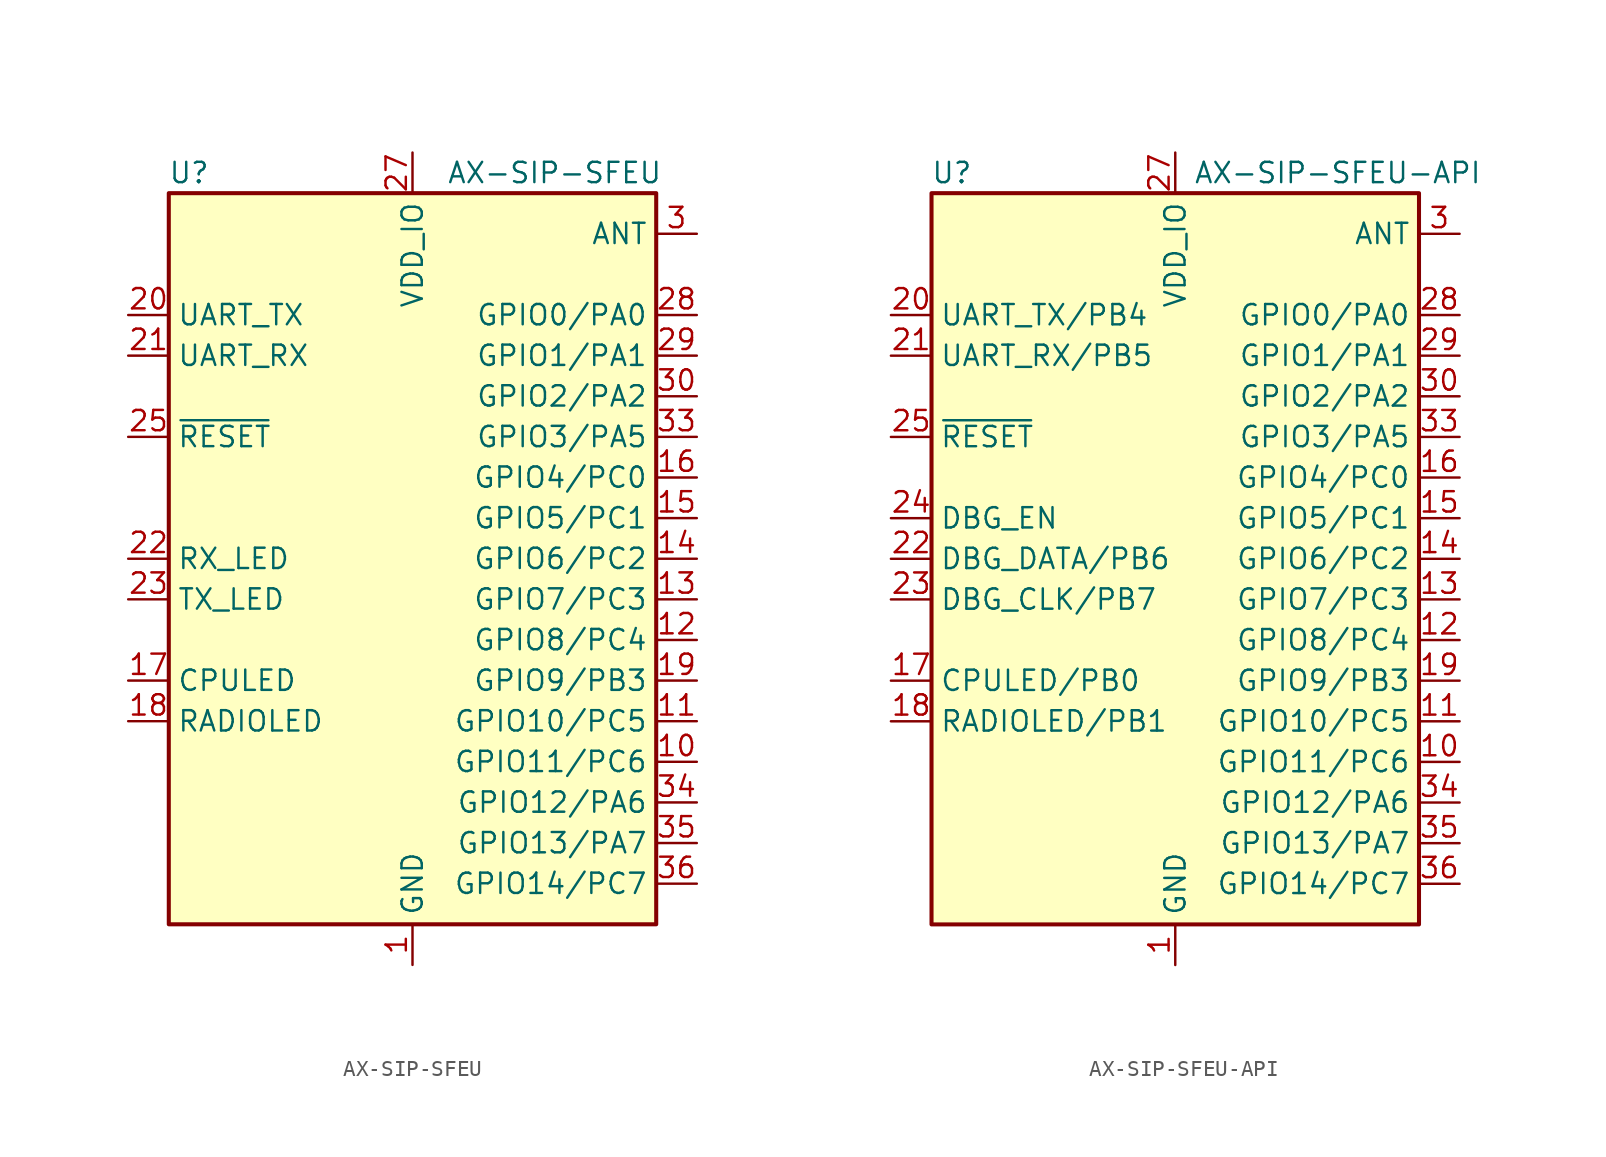
<source format=kicad_sym>
(kicad_symbol_lib
  (version 20201005)
  (generator kicad_symbol_editor)
  (symbol "RF_Module:AX-SIP-SFEU"
    (property "Reference" "U"
      (at -13.97 24.13 0)
      (effects (font (size 1.27 1.27))))
    (property "Value" "AX-SIP-SFEU"
      (at 8.89 24.13 0)
      (effects (font (size 1.27 1.27))))
    (symbol "AX-SIP-SFEU_0_1"
      (rectangle (start -15.24 22.86) (end 15.24 -22.86) (stroke (width 0.254)) (fill (type background))))
    (symbol "AX-SIP-SFEU_1_1"
      (pin power_in line (at 0 -25.4 90) (length 2.54) (name "GND" (effects (font (size 1.27 1.27)))) (number "1" (effects (font (size 1.27 1.27)))))
      (pin bidirectional line (at 17.78 -12.7 180) (length 2.54) (name "GPIO11/PC6" (effects (font (size 1.27 1.27)))) (number "10" (effects (font (size 1.27 1.27)))))
      (pin bidirectional line (at 17.78 -10.16 180) (length 2.54) (name "GPIO10/PC5" (effects (font (size 1.27 1.27)))) (number "11" (effects (font (size 1.27 1.27)))))
      (pin bidirectional line (at 17.78 -5.08 180) (length 2.54) (name "GPIO8/PC4" (effects (font (size 1.27 1.27)))) (number "12" (effects (font (size 1.27 1.27)))))
      (pin bidirectional line (at 17.78 -2.54 180) (length 2.54) (name "GPIO7/PC3" (effects (font (size 1.27 1.27)))) (number "13" (effects (font (size 1.27 1.27)))))
      (pin bidirectional line (at 17.78 0 180) (length 2.54) (name "GPIO6/PC2" (effects (font (size 1.27 1.27)))) (number "14" (effects (font (size 1.27 1.27)))))
      (pin bidirectional line (at 17.78 2.54 180) (length 2.54) (name "GPIO5/PC1" (effects (font (size 1.27 1.27)))) (number "15" (effects (font (size 1.27 1.27)))))
      (pin bidirectional line (at 17.78 5.08 180) (length 2.54) (name "GPIO4/PC0" (effects (font (size 1.27 1.27)))) (number "16" (effects (font (size 1.27 1.27)))))
      (pin output line (at -17.78 -7.62 0) (length 2.54) (name "CPULED" (effects (font (size 1.27 1.27)))) (number "17" (effects (font (size 1.27 1.27)))))
      (pin output line (at -17.78 -10.16 0) (length 2.54) (name "RADIOLED" (effects (font (size 1.27 1.27)))) (number "18" (effects (font (size 1.27 1.27)))))
      (pin bidirectional line (at 17.78 -7.62 180) (length 2.54) (name "GPIO9/PB3" (effects (font (size 1.27 1.27)))) (number "19" (effects (font (size 1.27 1.27)))))
      (pin passive line (at 0 -25.4 90) (length 2.54) hide (name "GND" (effects (font (size 1.27 1.27)))) (number "2" (effects (font (size 1.27 1.27)))))
      (pin output line (at -17.78 15.24 0) (length 2.54) (name "UART_TX" (effects (font (size 1.27 1.27)))) (number "20" (effects (font (size 1.27 1.27)))))
      (pin input line (at -17.78 12.7 0) (length 2.54) (name "UART_RX" (effects (font (size 1.27 1.27)))) (number "21" (effects (font (size 1.27 1.27)))))
      (pin output line (at -17.78 0 0) (length 2.54) (name "RX_LED" (effects (font (size 1.27 1.27)))) (number "22" (effects (font (size 1.27 1.27)))))
      (pin output line (at -17.78 -2.54 0) (length 2.54) (name "TX_LED" (effects (font (size 1.27 1.27)))) (number "23" (effects (font (size 1.27 1.27)))))
      (pin no_connect line (at -15.24 2.54 0) (length 2.54) hide (name "NC24" (effects (font (size 1.27 1.27)))) (number "24" (effects (font (size 1.27 1.27)))))
      (pin input line (at -17.78 7.62 0) (length 2.54) (name "~RESET" (effects (font (size 1.27 1.27)))) (number "25" (effects (font (size 1.27 1.27)))))
      (pin passive line (at 0 -25.4 90) (length 2.54) hide (name "GND" (effects (font (size 1.27 1.27)))) (number "26" (effects (font (size 1.27 1.27)))))
      (pin power_in line (at 0 25.4 270) (length 2.54) (name "VDD_IO" (effects (font (size 1.27 1.27)))) (number "27" (effects (font (size 1.27 1.27)))))
      (pin bidirectional line (at 17.78 15.24 180) (length 2.54) (name "GPIO0/PA0" (effects (font (size 1.27 1.27)))) (number "28" (effects (font (size 1.27 1.27)))))
      (pin bidirectional line (at 17.78 12.7 180) (length 2.54) (name "GPIO1/PA1" (effects (font (size 1.27 1.27)))) (number "29" (effects (font (size 1.27 1.27)))))
      (pin passive line (at 17.78 20.32 180) (length 2.54) (name "ANT" (effects (font (size 1.27 1.27)))) (number "3" (effects (font (size 1.27 1.27)))))
      (pin bidirectional line (at 17.78 10.16 180) (length 2.54) (name "GPIO2/PA2" (effects (font (size 1.27 1.27)))) (number "30" (effects (font (size 1.27 1.27)))))
      (pin no_connect line (at 2.54 22.86 270) (length 2.54) hide (name "NC" (effects (font (size 1.27 1.27)))) (number "31" (effects (font (size 1.27 1.27)))))
      (pin no_connect line (at 5.08 22.86 270) (length 2.54) hide (name "NC" (effects (font (size 1.27 1.27)))) (number "32" (effects (font (size 1.27 1.27)))))
      (pin bidirectional line (at 17.78 7.62 180) (length 2.54) (name "GPIO3/PA5" (effects (font (size 1.27 1.27)))) (number "33" (effects (font (size 1.27 1.27)))))
      (pin bidirectional line (at 17.78 -15.24 180) (length 2.54) (name "GPIO12/PA6" (effects (font (size 1.27 1.27)))) (number "34" (effects (font (size 1.27 1.27)))))
      (pin bidirectional line (at 17.78 -17.78 180) (length 2.54) (name "GPIO13/PA7" (effects (font (size 1.27 1.27)))) (number "35" (effects (font (size 1.27 1.27)))))
      (pin bidirectional line (at 17.78 -20.32 180) (length 2.54) (name "GPIO14/PC7" (effects (font (size 1.27 1.27)))) (number "36" (effects (font (size 1.27 1.27)))))
      (pin no_connect line (at 7.62 22.86 270) (length 2.54) hide (name "NC" (effects (font (size 1.27 1.27)))) (number "37" (effects (font (size 1.27 1.27)))))
      (pin no_connect line (at 10.16 22.86 270) (length 2.54) hide (name "NC" (effects (font (size 1.27 1.27)))) (number "38" (effects (font (size 1.27 1.27)))))
      (pin passive line (at 0 -25.4 90) (length 2.54) hide (name "GND" (effects (font (size 1.27 1.27)))) (number "39" (effects (font (size 1.27 1.27)))))
      (pin passive line (at 0 -25.4 90) (length 2.54) hide (name "GND" (effects (font (size 1.27 1.27)))) (number "4" (effects (font (size 1.27 1.27)))))
      (pin passive line (at 0 -25.4 90) (length 2.54) hide (name "GND" (effects (font (size 1.27 1.27)))) (number "40" (effects (font (size 1.27 1.27)))))
      (pin passive line (at 0 -25.4 90) (length 2.54) hide (name "GND" (effects (font (size 1.27 1.27)))) (number "41" (effects (font (size 1.27 1.27)))))
      (pin passive line (at 0 -25.4 90) (length 2.54) hide (name "GND" (effects (font (size 1.27 1.27)))) (number "42" (effects (font (size 1.27 1.27)))))
      (pin passive line (at 0 -25.4 90) (length 2.54) hide (name "GND" (effects (font (size 1.27 1.27)))) (number "43" (effects (font (size 1.27 1.27)))))
      (pin passive line (at 0 -25.4 90) (length 2.54) hide (name "GND" (effects (font (size 1.27 1.27)))) (number "44" (effects (font (size 1.27 1.27)))))
      (pin no_connect line (at -10.16 22.86 270) (length 2.54) hide (name "NC" (effects (font (size 1.27 1.27)))) (number "5" (effects (font (size 1.27 1.27)))))
      (pin passive line (at 0 -25.4 90) (length 2.54) hide (name "GND" (effects (font (size 1.27 1.27)))) (number "6" (effects (font (size 1.27 1.27)))))
      (pin no_connect line (at -7.62 22.86 270) (length 2.54) hide (name "NC" (effects (font (size 1.27 1.27)))) (number "7" (effects (font (size 1.27 1.27)))))
      (pin no_connect line (at -5.08 22.86 270) (length 2.54) hide (name "NC" (effects (font (size 1.27 1.27)))) (number "8" (effects (font (size 1.27 1.27)))))
      (pin no_connect line (at -2.54 22.86 270) (length 2.54) hide (name "NC" (effects (font (size 1.27 1.27)))) (number "9" (effects (font (size 1.27 1.27)))))))
  (symbol "RF_Module:AX-SIP-SFEU-API"
    (property "Reference" "U"
      (at -13.97 24.13 0)
      (effects (font (size 1.27 1.27))))
    (property "Value" "AX-SIP-SFEU-API"
      (at 10.16 24.13 0)
      (effects (font (size 1.27 1.27))))
    (symbol "AX-SIP-SFEU-API_0_1"
      (rectangle (start -15.24 22.86) (end 15.24 -22.86) (stroke (width 0.254)) (fill (type background))))
    (symbol "AX-SIP-SFEU-API_1_1"
      (pin power_in line (at 0 -25.4 90) (length 2.54) (name "GND" (effects (font (size 1.27 1.27)))) (number "1" (effects (font (size 1.27 1.27)))))
      (pin bidirectional line (at 17.78 -12.7 180) (length 2.54) (name "GPIO11/PC6" (effects (font (size 1.27 1.27)))) (number "10" (effects (font (size 1.27 1.27)))))
      (pin bidirectional line (at 17.78 -10.16 180) (length 2.54) (name "GPIO10/PC5" (effects (font (size 1.27 1.27)))) (number "11" (effects (font (size 1.27 1.27)))))
      (pin bidirectional line (at 17.78 -5.08 180) (length 2.54) (name "GPIO8/PC4" (effects (font (size 1.27 1.27)))) (number "12" (effects (font (size 1.27 1.27)))))
      (pin bidirectional line (at 17.78 -2.54 180) (length 2.54) (name "GPIO7/PC3" (effects (font (size 1.27 1.27)))) (number "13" (effects (font (size 1.27 1.27)))))
      (pin bidirectional line (at 17.78 0 180) (length 2.54) (name "GPIO6/PC2" (effects (font (size 1.27 1.27)))) (number "14" (effects (font (size 1.27 1.27)))))
      (pin bidirectional line (at 17.78 2.54 180) (length 2.54) (name "GPIO5/PC1" (effects (font (size 1.27 1.27)))) (number "15" (effects (font (size 1.27 1.27)))))
      (pin bidirectional line (at 17.78 5.08 180) (length 2.54) (name "GPIO4/PC0" (effects (font (size 1.27 1.27)))) (number "16" (effects (font (size 1.27 1.27)))))
      (pin output line (at -17.78 -7.62 0) (length 2.54) (name "CPULED/PB0" (effects (font (size 1.27 1.27)))) (number "17" (effects (font (size 1.27 1.27)))))
      (pin output line (at -17.78 -10.16 0) (length 2.54) (name "RADIOLED/PB1" (effects (font (size 1.27 1.27)))) (number "18" (effects (font (size 1.27 1.27)))))
      (pin bidirectional line (at 17.78 -7.62 180) (length 2.54) (name "GPIO9/PB3" (effects (font (size 1.27 1.27)))) (number "19" (effects (font (size 1.27 1.27)))))
      (pin passive line (at 0 -25.4 90) (length 2.54) hide (name "GND" (effects (font (size 1.27 1.27)))) (number "2" (effects (font (size 1.27 1.27)))))
      (pin output line (at -17.78 15.24 0) (length 2.54) (name "UART_TX/PB4" (effects (font (size 1.27 1.27)))) (number "20" (effects (font (size 1.27 1.27)))))
      (pin input line (at -17.78 12.7 0) (length 2.54) (name "UART_RX/PB5" (effects (font (size 1.27 1.27)))) (number "21" (effects (font (size 1.27 1.27)))))
      (pin bidirectional line (at -17.78 0 0) (length 2.54) (name "DBG_DATA/PB6" (effects (font (size 1.27 1.27)))) (number "22" (effects (font (size 1.27 1.27)))))
      (pin input line (at -17.78 -2.54 0) (length 2.54) (name "DBG_CLK/PB7" (effects (font (size 1.27 1.27)))) (number "23" (effects (font (size 1.27 1.27)))))
      (pin input line (at -17.78 2.54 0) (length 2.54) (name "DBG_EN" (effects (font (size 1.27 1.27)))) (number "24" (effects (font (size 1.27 1.27)))))
      (pin input line (at -17.78 7.62 0) (length 2.54) (name "~RESET" (effects (font (size 1.27 1.27)))) (number "25" (effects (font (size 1.27 1.27)))))
      (pin passive line (at 0 -25.4 90) (length 2.54) hide (name "GND" (effects (font (size 1.27 1.27)))) (number "26" (effects (font (size 1.27 1.27)))))
      (pin power_in line (at 0 25.4 270) (length 2.54) (name "VDD_IO" (effects (font (size 1.27 1.27)))) (number "27" (effects (font (size 1.27 1.27)))))
      (pin bidirectional line (at 17.78 15.24 180) (length 2.54) (name "GPIO0/PA0" (effects (font (size 1.27 1.27)))) (number "28" (effects (font (size 1.27 1.27)))))
      (pin bidirectional line (at 17.78 12.7 180) (length 2.54) (name "GPIO1/PA1" (effects (font (size 1.27 1.27)))) (number "29" (effects (font (size 1.27 1.27)))))
      (pin passive line (at 17.78 20.32 180) (length 2.54) (name "ANT" (effects (font (size 1.27 1.27)))) (number "3" (effects (font (size 1.27 1.27)))))
      (pin bidirectional line (at 17.78 10.16 180) (length 2.54) (name "GPIO2/PA2" (effects (font (size 1.27 1.27)))) (number "30" (effects (font (size 1.27 1.27)))))
      (pin no_connect line (at 2.54 22.86 270) (length 2.54) hide (name "NC" (effects (font (size 1.27 1.27)))) (number "31" (effects (font (size 1.27 1.27)))))
      (pin no_connect line (at 5.08 22.86 270) (length 2.54) hide (name "NC" (effects (font (size 1.27 1.27)))) (number "32" (effects (font (size 1.27 1.27)))))
      (pin bidirectional line (at 17.78 7.62 180) (length 2.54) (name "GPIO3/PA5" (effects (font (size 1.27 1.27)))) (number "33" (effects (font (size 1.27 1.27)))))
      (pin bidirectional line (at 17.78 -15.24 180) (length 2.54) (name "GPIO12/PA6" (effects (font (size 1.27 1.27)))) (number "34" (effects (font (size 1.27 1.27)))))
      (pin bidirectional line (at 17.78 -17.78 180) (length 2.54) (name "GPIO13/PA7" (effects (font (size 1.27 1.27)))) (number "35" (effects (font (size 1.27 1.27)))))
      (pin bidirectional line (at 17.78 -20.32 180) (length 2.54) (name "GPIO14/PC7" (effects (font (size 1.27 1.27)))) (number "36" (effects (font (size 1.27 1.27)))))
      (pin no_connect line (at 7.62 22.86 270) (length 2.54) hide (name "NC" (effects (font (size 1.27 1.27)))) (number "37" (effects (font (size 1.27 1.27)))))
      (pin no_connect line (at 10.16 22.86 270) (length 2.54) hide (name "NC" (effects (font (size 1.27 1.27)))) (number "38" (effects (font (size 1.27 1.27)))))
      (pin passive line (at 0 -25.4 90) (length 2.54) hide (name "GND" (effects (font (size 1.27 1.27)))) (number "39" (effects (font (size 1.27 1.27)))))
      (pin passive line (at 0 -25.4 90) (length 2.54) hide (name "GND" (effects (font (size 1.27 1.27)))) (number "4" (effects (font (size 1.27 1.27)))))
      (pin passive line (at 0 -25.4 90) (length 2.54) hide (name "GND" (effects (font (size 1.27 1.27)))) (number "40" (effects (font (size 1.27 1.27)))))
      (pin passive line (at 0 -25.4 90) (length 2.54) hide (name "GND" (effects (font (size 1.27 1.27)))) (number "41" (effects (font (size 1.27 1.27)))))
      (pin passive line (at 0 -25.4 90) (length 2.54) hide (name "GND" (effects (font (size 1.27 1.27)))) (number "42" (effects (font (size 1.27 1.27)))))
      (pin passive line (at 0 -25.4 90) (length 2.54) hide (name "GND" (effects (font (size 1.27 1.27)))) (number "43" (effects (font (size 1.27 1.27)))))
      (pin passive line (at 0 -25.4 90) (length 2.54) hide (name "GND" (effects (font (size 1.27 1.27)))) (number "44" (effects (font (size 1.27 1.27)))))
      (pin no_connect line (at -10.16 22.86 270) (length 2.54) hide (name "NC" (effects (font (size 1.27 1.27)))) (number "5" (effects (font (size 1.27 1.27)))))
      (pin passive line (at 0 -25.4 90) (length 2.54) hide (name "GND" (effects (font (size 1.27 1.27)))) (number "6" (effects (font (size 1.27 1.27)))))
      (pin no_connect line (at -7.62 22.86 270) (length 2.54) hide (name "NC" (effects (font (size 1.27 1.27)))) (number "7" (effects (font (size 1.27 1.27)))))
      (pin no_connect line (at -5.08 22.86 270) (length 2.54) hide (name "NC" (effects (font (size 1.27 1.27)))) (number "8" (effects (font (size 1.27 1.27)))))
      (pin no_connect line (at -2.54 22.86 270) (length 2.54) hide (name "NC" (effects (font (size 1.27 1.27)))) (number "9" (effects (font (size 1.27 1.27))))))))
</source>
